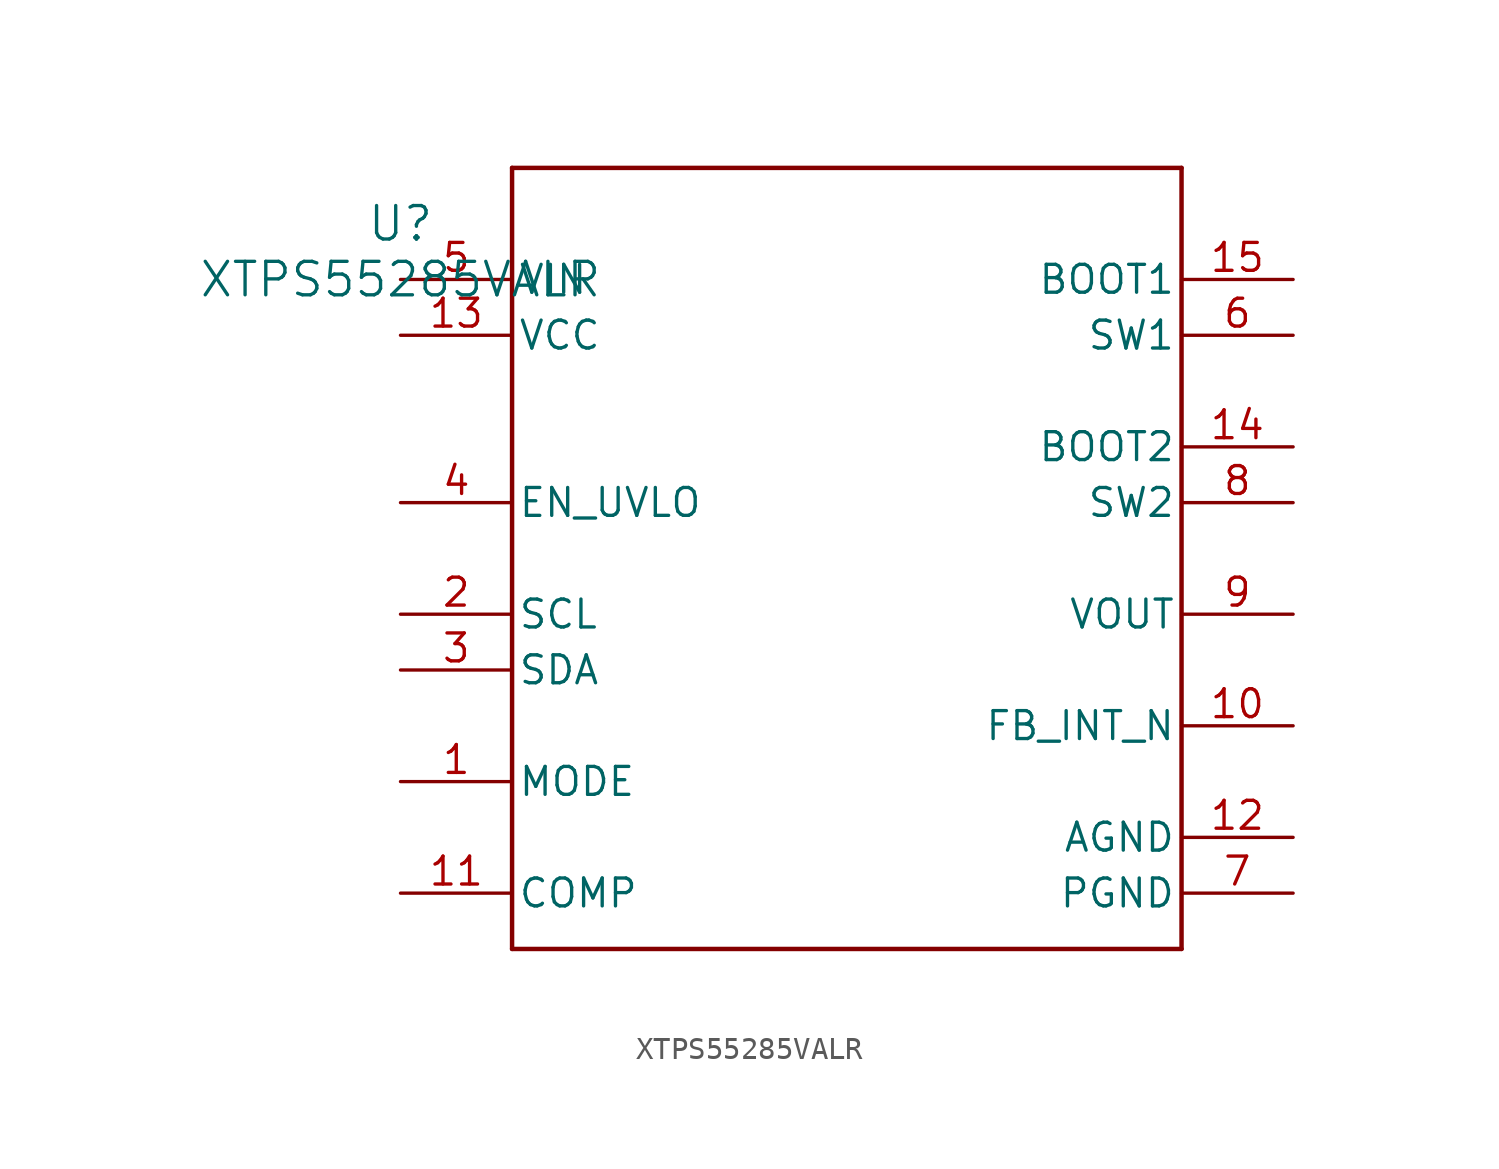
<source format=kicad_sym>
(kicad_symbol_lib
  (version 20211014)
  (generator kicad_symbol_editor)
  (symbol "XTPS55285VALR"
    (pin_names
      (offset 0.254))
    (property "Reference" "U"
      (at 0 2.54 0)
      (effects (font (size 1.524 1.524))))
    (property "Value" "XTPS55285VALR"
      (at 0 0 0)
      (effects (font (size 1.524 1.524))))
    (symbol "XTPS55285VALR_0_1"
      (polyline (pts (xy 5.08 -30.48) (xy 35.56 -30.48)) (stroke (width 0.203) (type default) (color 0 0 0 0)) (fill (type none)))
      (polyline (pts (xy 35.56 -30.48) (xy 35.56 5.08)) (stroke (width 0.203) (type default) (color 0 0 0 0)) (fill (type none)))
      (polyline (pts (xy 35.56 5.08) (xy 5.08 5.08)) (stroke (width 0.203) (type default) (color 0 0 0 0)) (fill (type none)))
      (polyline (pts (xy 5.08 5.08) (xy 5.08 -30.48)) (stroke (width 0.203) (type default) (color 0 0 0 0)) (fill (type none)))
      (pin unspecified line (at 0 -22.86 0) (length 5.08) (name "MODE" (effects (font (size 1.27 1.27)))) (number "1" (effects (font (size 1.27 1.27)))))
      (pin input line (at 0 -15.24 0) (length 5.08) (name "SCL" (effects (font (size 1.27 1.27)))) (number "2" (effects (font (size 1.27 1.27)))))
      (pin bidirectional line (at 0 -17.78 0) (length 5.08) (name "SDA" (effects (font (size 1.27 1.27)))) (number "3" (effects (font (size 1.27 1.27)))))
      (pin input line (at 0 -10.16 0) (length 5.08) (name "EN_UVLO" (effects (font (size 1.27 1.27)))) (number "4" (effects (font (size 1.27 1.27)))))
      (pin power_in line (at 0 0 0) (length 5.08) (name "VIN" (effects (font (size 1.27 1.27)))) (number "5" (effects (font (size 1.27 1.27)))))
      (pin power_in line (at 40.64 -2.54 180) (length 5.08) (name "SW1" (effects (font (size 1.27 1.27)))) (number "6" (effects (font (size 1.27 1.27)))))
      (pin power_in line (at 40.64 -27.94 180) (length 5.08) (name "PGND" (effects (font (size 1.27 1.27)))) (number "7" (effects (font (size 1.27 1.27)))))
      (pin power_in line (at 40.64 -10.16 180) (length 5.08) (name "SW2" (effects (font (size 1.27 1.27)))) (number "8" (effects (font (size 1.27 1.27)))))
      (pin unspecified line (at 40.64 -15.24 180) (length 5.08) (name "VOUT" (effects (font (size 1.27 1.27)))) (number "9" (effects (font (size 1.27 1.27)))))
      (pin bidirectional line (at 40.64 -20.32 180) (length 5.08) (name "FB_INT_N" (effects (font (size 1.27 1.27)))) (number "10" (effects (font (size 1.27 1.27)))))
      (pin unspecified line (at 0 -27.94 0) (length 5.08) (name "COMP" (effects (font (size 1.27 1.27)))) (number "11" (effects (font (size 1.27 1.27)))))
      (pin power_in line (at 40.64 -25.4 180) (length 5.08) (name "AGND" (effects (font (size 1.27 1.27)))) (number "12" (effects (font (size 1.27 1.27)))))
      (pin power_in line (at 0 -2.54 0) (length 5.08) (name "VCC" (effects (font (size 1.27 1.27)))) (number "13" (effects (font (size 1.27 1.27)))))
      (pin power_in line (at 40.64 -7.62 180) (length 5.08) (name "BOOT2" (effects (font (size 1.27 1.27)))) (number "14" (effects (font (size 1.27 1.27)))))
      (pin power_in line (at 40.64 0 180) (length 5.08) (name "BOOT1" (effects (font (size 1.27 1.27)))) (number "15" (effects (font (size 1.27 1.27))))))))
</source>
